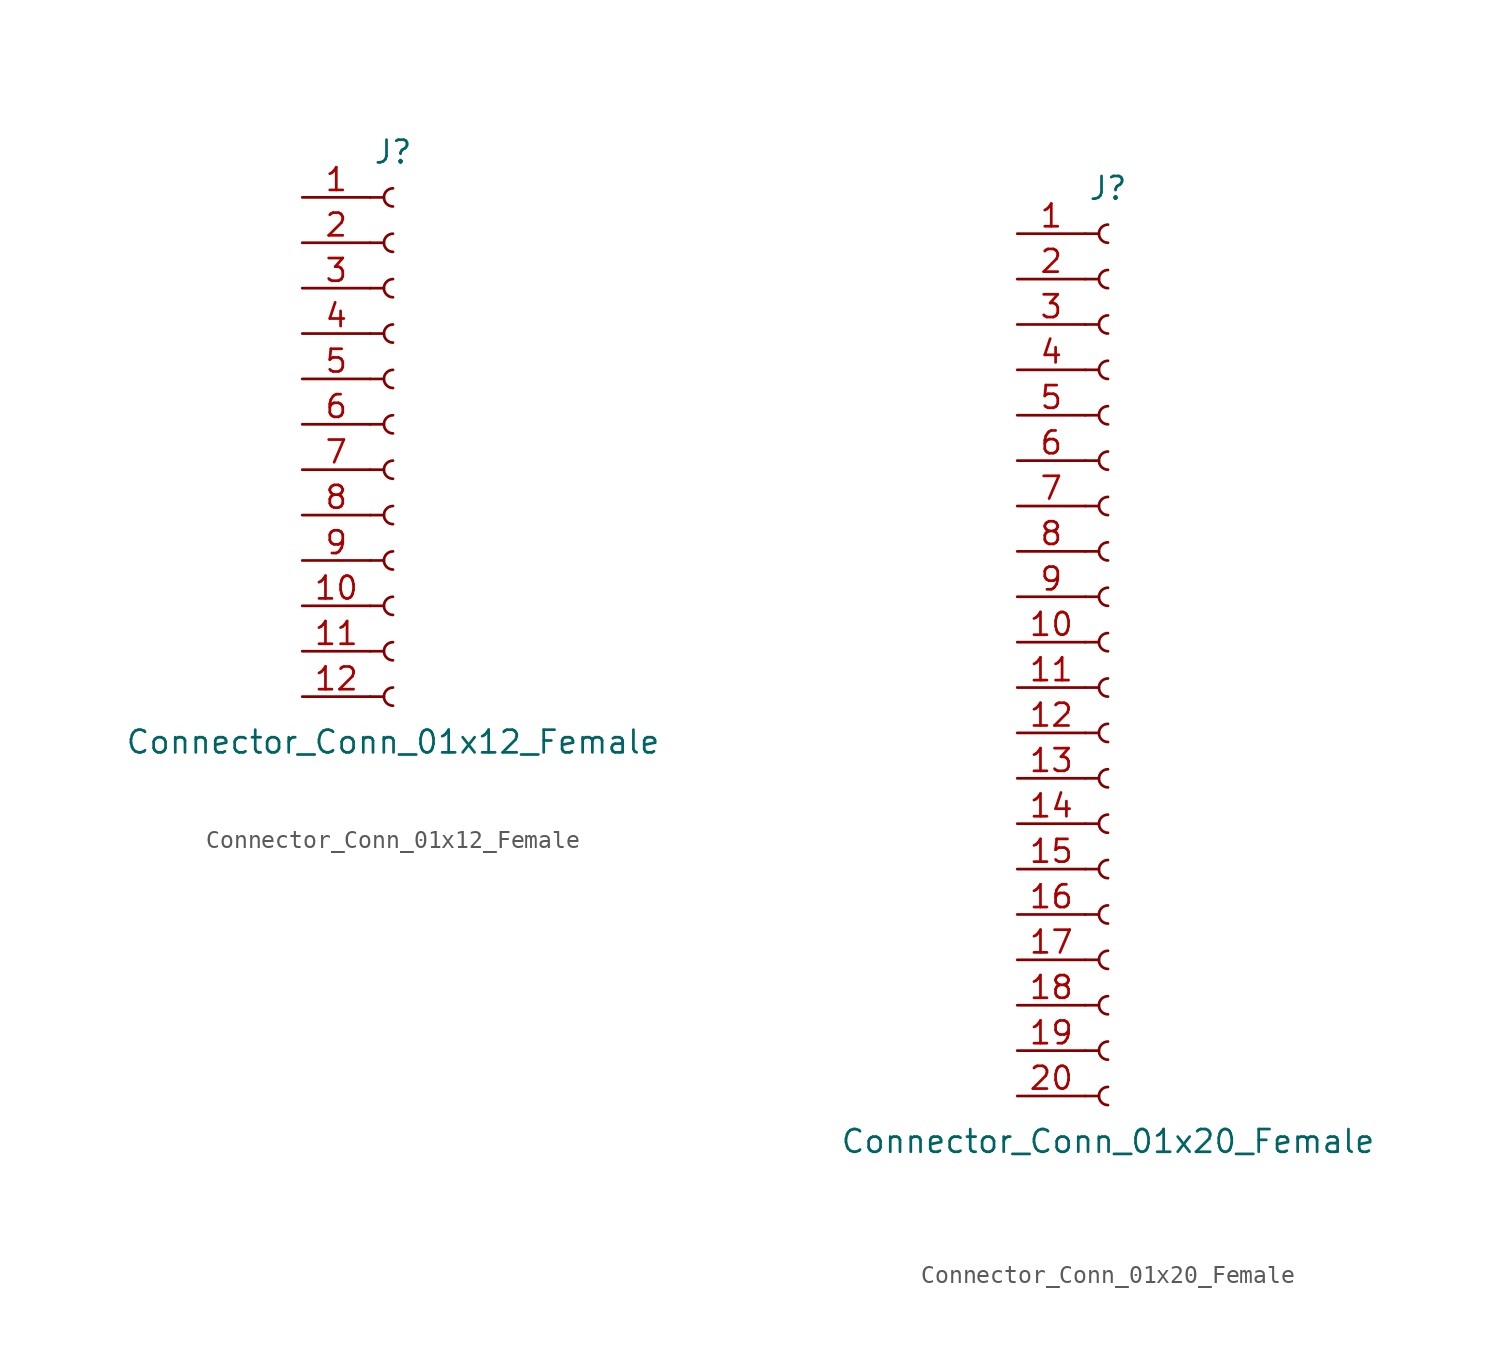
<source format=kicad_sym>
(kicad_symbol_lib
  (version 20211014)
  (generator kicad_symbol_editor)
  (symbol "Connector_Conn_01x12_Female"
    (pin_names
      (offset 1.016) hide)
    (property "Reference" "J"
      (at 0 15.24 0)
      (effects (font (size 1.27 1.27))))
    (property "Value" "Connector_Conn_01x12_Female"
      (at 0 -17.78 0)
      (effects (font (size 1.27 1.27))))
    (symbol "Connector_Conn_01x12_Female_1_1"
      (arc (start 0 -14.732) (mid -0.508 -15.24) (end 0 -15.748) (stroke (width 0.1524) (type default) (color 0 0 0 0)) (fill (type none)))
      (arc (start 0 -12.192) (mid -0.508 -12.7) (end 0 -13.208) (stroke (width 0.1524) (type default) (color 0 0 0 0)) (fill (type none)))
      (arc (start 0 -9.652) (mid -0.508 -10.16) (end 0 -10.668) (stroke (width 0.1524) (type default) (color 0 0 0 0)) (fill (type none)))
      (arc (start 0 -7.112) (mid -0.508 -7.62) (end 0 -8.128) (stroke (width 0.1524) (type default) (color 0 0 0 0)) (fill (type none)))
      (arc (start 0 -4.572) (mid -0.508 -5.08) (end 0 -5.588) (stroke (width 0.1524) (type default) (color 0 0 0 0)) (fill (type none)))
      (arc (start 0 -2.032) (mid -0.508 -2.54) (end 0 -3.048) (stroke (width 0.1524) (type default) (color 0 0 0 0)) (fill (type none)))
      (polyline (pts (xy -1.27 -15.24) (xy -0.508 -15.24)) (stroke (width 0.152) (type default) (color 0 0 0 0)) (fill (type none)))
      (polyline (pts (xy -1.27 -12.7) (xy -0.508 -12.7)) (stroke (width 0.152) (type default) (color 0 0 0 0)) (fill (type none)))
      (polyline (pts (xy -1.27 -10.16) (xy -0.508 -10.16)) (stroke (width 0.152) (type default) (color 0 0 0 0)) (fill (type none)))
      (polyline (pts (xy -1.27 -7.62) (xy -0.508 -7.62)) (stroke (width 0.152) (type default) (color 0 0 0 0)) (fill (type none)))
      (polyline (pts (xy -1.27 -5.08) (xy -0.508 -5.08)) (stroke (width 0.152) (type default) (color 0 0 0 0)) (fill (type none)))
      (polyline (pts (xy -1.27 -2.54) (xy -0.508 -2.54)) (stroke (width 0.152) (type default) (color 0 0 0 0)) (fill (type none)))
      (polyline (pts (xy -1.27 0) (xy -0.508 0)) (stroke (width 0.152) (type default) (color 0 0 0 0)) (fill (type none)))
      (polyline (pts (xy -1.27 2.54) (xy -0.508 2.54)) (stroke (width 0.152) (type default) (color 0 0 0 0)) (fill (type none)))
      (polyline (pts (xy -1.27 5.08) (xy -0.508 5.08)) (stroke (width 0.152) (type default) (color 0 0 0 0)) (fill (type none)))
      (polyline (pts (xy -1.27 7.62) (xy -0.508 7.62)) (stroke (width 0.152) (type default) (color 0 0 0 0)) (fill (type none)))
      (polyline (pts (xy -1.27 10.16) (xy -0.508 10.16)) (stroke (width 0.152) (type default) (color 0 0 0 0)) (fill (type none)))
      (polyline (pts (xy -1.27 12.7) (xy -0.508 12.7)) (stroke (width 0.152) (type default) (color 0 0 0 0)) (fill (type none)))
      (arc (start 0 0.508) (mid -0.508 0) (end 0 -0.508) (stroke (width 0.1524) (type default) (color 0 0 0 0)) (fill (type none)))
      (arc (start 0 3.048) (mid -0.508 2.54) (end 0 2.032) (stroke (width 0.1524) (type default) (color 0 0 0 0)) (fill (type none)))
      (arc (start 0 5.588) (mid -0.508 5.08) (end 0 4.572) (stroke (width 0.1524) (type default) (color 0 0 0 0)) (fill (type none)))
      (arc (start 0 8.128) (mid -0.508 7.62) (end 0 7.112) (stroke (width 0.1524) (type default) (color 0 0 0 0)) (fill (type none)))
      (arc (start 0 10.668) (mid -0.508 10.16) (end 0 9.652) (stroke (width 0.1524) (type default) (color 0 0 0 0)) (fill (type none)))
      (arc (start 0 13.208) (mid -0.508 12.7) (end 0 12.192) (stroke (width 0.1524) (type default) (color 0 0 0 0)) (fill (type none)))
      (pin passive line (at -5.08 12.7 0) (length 3.81) (name "Pin_1" (effects (font (size 1.27 1.27)))) (number "1" (effects (font (size 1.27 1.27)))))
      (pin passive line (at -5.08 -10.16 0) (length 3.81) (name "Pin_10" (effects (font (size 1.27 1.27)))) (number "10" (effects (font (size 1.27 1.27)))))
      (pin passive line (at -5.08 -12.7 0) (length 3.81) (name "Pin_11" (effects (font (size 1.27 1.27)))) (number "11" (effects (font (size 1.27 1.27)))))
      (pin passive line (at -5.08 -15.24 0) (length 3.81) (name "Pin_12" (effects (font (size 1.27 1.27)))) (number "12" (effects (font (size 1.27 1.27)))))
      (pin passive line (at -5.08 10.16 0) (length 3.81) (name "Pin_2" (effects (font (size 1.27 1.27)))) (number "2" (effects (font (size 1.27 1.27)))))
      (pin passive line (at -5.08 7.62 0) (length 3.81) (name "Pin_3" (effects (font (size 1.27 1.27)))) (number "3" (effects (font (size 1.27 1.27)))))
      (pin passive line (at -5.08 5.08 0) (length 3.81) (name "Pin_4" (effects (font (size 1.27 1.27)))) (number "4" (effects (font (size 1.27 1.27)))))
      (pin passive line (at -5.08 2.54 0) (length 3.81) (name "Pin_5" (effects (font (size 1.27 1.27)))) (number "5" (effects (font (size 1.27 1.27)))))
      (pin passive line (at -5.08 0 0) (length 3.81) (name "Pin_6" (effects (font (size 1.27 1.27)))) (number "6" (effects (font (size 1.27 1.27)))))
      (pin passive line (at -5.08 -2.54 0) (length 3.81) (name "Pin_7" (effects (font (size 1.27 1.27)))) (number "7" (effects (font (size 1.27 1.27)))))
      (pin passive line (at -5.08 -5.08 0) (length 3.81) (name "Pin_8" (effects (font (size 1.27 1.27)))) (number "8" (effects (font (size 1.27 1.27)))))
      (pin passive line (at -5.08 -7.62 0) (length 3.81) (name "Pin_9" (effects (font (size 1.27 1.27)))) (number "9" (effects (font (size 1.27 1.27)))))))
  (symbol "Connector_Conn_01x20_Female"
    (pin_names
      (offset 1.016) hide)
    (property "Reference" "J"
      (at 0 25.4 0)
      (effects (font (size 1.27 1.27))))
    (property "Value" "Connector_Conn_01x20_Female"
      (at 0 -27.94 0)
      (effects (font (size 1.27 1.27))))
    (symbol "Connector_Conn_01x20_Female_1_1"
      (arc (start 0 -24.892) (mid -0.508 -25.4) (end 0 -25.908) (stroke (width 0.1524) (type default) (color 0 0 0 0)) (fill (type none)))
      (arc (start 0 -22.352) (mid -0.508 -22.86) (end 0 -23.368) (stroke (width 0.1524) (type default) (color 0 0 0 0)) (fill (type none)))
      (arc (start 0 -19.812) (mid -0.508 -20.32) (end 0 -20.828) (stroke (width 0.1524) (type default) (color 0 0 0 0)) (fill (type none)))
      (arc (start 0 -17.272) (mid -0.508 -17.78) (end 0 -18.288) (stroke (width 0.1524) (type default) (color 0 0 0 0)) (fill (type none)))
      (arc (start 0 -14.732) (mid -0.508 -15.24) (end 0 -15.748) (stroke (width 0.1524) (type default) (color 0 0 0 0)) (fill (type none)))
      (arc (start 0 -12.192) (mid -0.508 -12.7) (end 0 -13.208) (stroke (width 0.1524) (type default) (color 0 0 0 0)) (fill (type none)))
      (arc (start 0 -9.652) (mid -0.508 -10.16) (end 0 -10.668) (stroke (width 0.1524) (type default) (color 0 0 0 0)) (fill (type none)))
      (arc (start 0 -7.112) (mid -0.508 -7.62) (end 0 -8.128) (stroke (width 0.1524) (type default) (color 0 0 0 0)) (fill (type none)))
      (arc (start 0 -4.572) (mid -0.508 -5.08) (end 0 -5.588) (stroke (width 0.1524) (type default) (color 0 0 0 0)) (fill (type none)))
      (arc (start 0 -2.032) (mid -0.508 -2.54) (end 0 -3.048) (stroke (width 0.1524) (type default) (color 0 0 0 0)) (fill (type none)))
      (polyline (pts (xy -1.27 -25.4) (xy -0.508 -25.4)) (stroke (width 0.152) (type default) (color 0 0 0 0)) (fill (type none)))
      (polyline (pts (xy -1.27 -22.86) (xy -0.508 -22.86)) (stroke (width 0.152) (type default) (color 0 0 0 0)) (fill (type none)))
      (polyline (pts (xy -1.27 -20.32) (xy -0.508 -20.32)) (stroke (width 0.152) (type default) (color 0 0 0 0)) (fill (type none)))
      (polyline (pts (xy -1.27 -17.78) (xy -0.508 -17.78)) (stroke (width 0.152) (type default) (color 0 0 0 0)) (fill (type none)))
      (polyline (pts (xy -1.27 -15.24) (xy -0.508 -15.24)) (stroke (width 0.152) (type default) (color 0 0 0 0)) (fill (type none)))
      (polyline (pts (xy -1.27 -12.7) (xy -0.508 -12.7)) (stroke (width 0.152) (type default) (color 0 0 0 0)) (fill (type none)))
      (polyline (pts (xy -1.27 -10.16) (xy -0.508 -10.16)) (stroke (width 0.152) (type default) (color 0 0 0 0)) (fill (type none)))
      (polyline (pts (xy -1.27 -7.62) (xy -0.508 -7.62)) (stroke (width 0.152) (type default) (color 0 0 0 0)) (fill (type none)))
      (polyline (pts (xy -1.27 -5.08) (xy -0.508 -5.08)) (stroke (width 0.152) (type default) (color 0 0 0 0)) (fill (type none)))
      (polyline (pts (xy -1.27 -2.54) (xy -0.508 -2.54)) (stroke (width 0.152) (type default) (color 0 0 0 0)) (fill (type none)))
      (polyline (pts (xy -1.27 0) (xy -0.508 0)) (stroke (width 0.152) (type default) (color 0 0 0 0)) (fill (type none)))
      (polyline (pts (xy -1.27 2.54) (xy -0.508 2.54)) (stroke (width 0.152) (type default) (color 0 0 0 0)) (fill (type none)))
      (polyline (pts (xy -1.27 5.08) (xy -0.508 5.08)) (stroke (width 0.152) (type default) (color 0 0 0 0)) (fill (type none)))
      (polyline (pts (xy -1.27 7.62) (xy -0.508 7.62)) (stroke (width 0.152) (type default) (color 0 0 0 0)) (fill (type none)))
      (polyline (pts (xy -1.27 10.16) (xy -0.508 10.16)) (stroke (width 0.152) (type default) (color 0 0 0 0)) (fill (type none)))
      (polyline (pts (xy -1.27 12.7) (xy -0.508 12.7)) (stroke (width 0.152) (type default) (color 0 0 0 0)) (fill (type none)))
      (polyline (pts (xy -1.27 15.24) (xy -0.508 15.24)) (stroke (width 0.152) (type default) (color 0 0 0 0)) (fill (type none)))
      (polyline (pts (xy -1.27 17.78) (xy -0.508 17.78)) (stroke (width 0.152) (type default) (color 0 0 0 0)) (fill (type none)))
      (polyline (pts (xy -1.27 20.32) (xy -0.508 20.32)) (stroke (width 0.152) (type default) (color 0 0 0 0)) (fill (type none)))
      (polyline (pts (xy -1.27 22.86) (xy -0.508 22.86)) (stroke (width 0.152) (type default) (color 0 0 0 0)) (fill (type none)))
      (arc (start 0 0.508) (mid -0.508 0) (end 0 -0.508) (stroke (width 0.1524) (type default) (color 0 0 0 0)) (fill (type none)))
      (arc (start 0 3.048) (mid -0.508 2.54) (end 0 2.032) (stroke (width 0.1524) (type default) (color 0 0 0 0)) (fill (type none)))
      (arc (start 0 5.588) (mid -0.508 5.08) (end 0 4.572) (stroke (width 0.1524) (type default) (color 0 0 0 0)) (fill (type none)))
      (arc (start 0 8.128) (mid -0.508 7.62) (end 0 7.112) (stroke (width 0.1524) (type default) (color 0 0 0 0)) (fill (type none)))
      (arc (start 0 10.668) (mid -0.508 10.16) (end 0 9.652) (stroke (width 0.1524) (type default) (color 0 0 0 0)) (fill (type none)))
      (arc (start 0 13.208) (mid -0.508 12.7) (end 0 12.192) (stroke (width 0.1524) (type default) (color 0 0 0 0)) (fill (type none)))
      (arc (start 0 15.748) (mid -0.508 15.24) (end 0 14.732) (stroke (width 0.1524) (type default) (color 0 0 0 0)) (fill (type none)))
      (arc (start 0 18.288) (mid -0.508 17.78) (end 0 17.272) (stroke (width 0.1524) (type default) (color 0 0 0 0)) (fill (type none)))
      (arc (start 0 20.828) (mid -0.508 20.32) (end 0 19.812) (stroke (width 0.1524) (type default) (color 0 0 0 0)) (fill (type none)))
      (arc (start 0 23.368) (mid -0.508 22.86) (end 0 22.352) (stroke (width 0.1524) (type default) (color 0 0 0 0)) (fill (type none)))
      (pin passive line (at -5.08 22.86 0) (length 3.81) (name "Pin_1" (effects (font (size 1.27 1.27)))) (number "1" (effects (font (size 1.27 1.27)))))
      (pin passive line (at -5.08 0 0) (length 3.81) (name "Pin_10" (effects (font (size 1.27 1.27)))) (number "10" (effects (font (size 1.27 1.27)))))
      (pin passive line (at -5.08 -2.54 0) (length 3.81) (name "Pin_11" (effects (font (size 1.27 1.27)))) (number "11" (effects (font (size 1.27 1.27)))))
      (pin passive line (at -5.08 -5.08 0) (length 3.81) (name "Pin_12" (effects (font (size 1.27 1.27)))) (number "12" (effects (font (size 1.27 1.27)))))
      (pin passive line (at -5.08 -7.62 0) (length 3.81) (name "Pin_13" (effects (font (size 1.27 1.27)))) (number "13" (effects (font (size 1.27 1.27)))))
      (pin passive line (at -5.08 -10.16 0) (length 3.81) (name "Pin_14" (effects (font (size 1.27 1.27)))) (number "14" (effects (font (size 1.27 1.27)))))
      (pin passive line (at -5.08 -12.7 0) (length 3.81) (name "Pin_15" (effects (font (size 1.27 1.27)))) (number "15" (effects (font (size 1.27 1.27)))))
      (pin passive line (at -5.08 -15.24 0) (length 3.81) (name "Pin_16" (effects (font (size 1.27 1.27)))) (number "16" (effects (font (size 1.27 1.27)))))
      (pin passive line (at -5.08 -17.78 0) (length 3.81) (name "Pin_17" (effects (font (size 1.27 1.27)))) (number "17" (effects (font (size 1.27 1.27)))))
      (pin passive line (at -5.08 -20.32 0) (length 3.81) (name "Pin_18" (effects (font (size 1.27 1.27)))) (number "18" (effects (font (size 1.27 1.27)))))
      (pin passive line (at -5.08 -22.86 0) (length 3.81) (name "Pin_19" (effects (font (size 1.27 1.27)))) (number "19" (effects (font (size 1.27 1.27)))))
      (pin passive line (at -5.08 20.32 0) (length 3.81) (name "Pin_2" (effects (font (size 1.27 1.27)))) (number "2" (effects (font (size 1.27 1.27)))))
      (pin passive line (at -5.08 -25.4 0) (length 3.81) (name "Pin_20" (effects (font (size 1.27 1.27)))) (number "20" (effects (font (size 1.27 1.27)))))
      (pin passive line (at -5.08 17.78 0) (length 3.81) (name "Pin_3" (effects (font (size 1.27 1.27)))) (number "3" (effects (font (size 1.27 1.27)))))
      (pin passive line (at -5.08 15.24 0) (length 3.81) (name "Pin_4" (effects (font (size 1.27 1.27)))) (number "4" (effects (font (size 1.27 1.27)))))
      (pin passive line (at -5.08 12.7 0) (length 3.81) (name "Pin_5" (effects (font (size 1.27 1.27)))) (number "5" (effects (font (size 1.27 1.27)))))
      (pin passive line (at -5.08 10.16 0) (length 3.81) (name "Pin_6" (effects (font (size 1.27 1.27)))) (number "6" (effects (font (size 1.27 1.27)))))
      (pin passive line (at -5.08 7.62 0) (length 3.81) (name "Pin_7" (effects (font (size 1.27 1.27)))) (number "7" (effects (font (size 1.27 1.27)))))
      (pin passive line (at -5.08 5.08 0) (length 3.81) (name "Pin_8" (effects (font (size 1.27 1.27)))) (number "8" (effects (font (size 1.27 1.27)))))
      (pin passive line (at -5.08 2.54 0) (length 3.81) (name "Pin_9" (effects (font (size 1.27 1.27)))) (number "9" (effects (font (size 1.27 1.27))))))))
</source>
